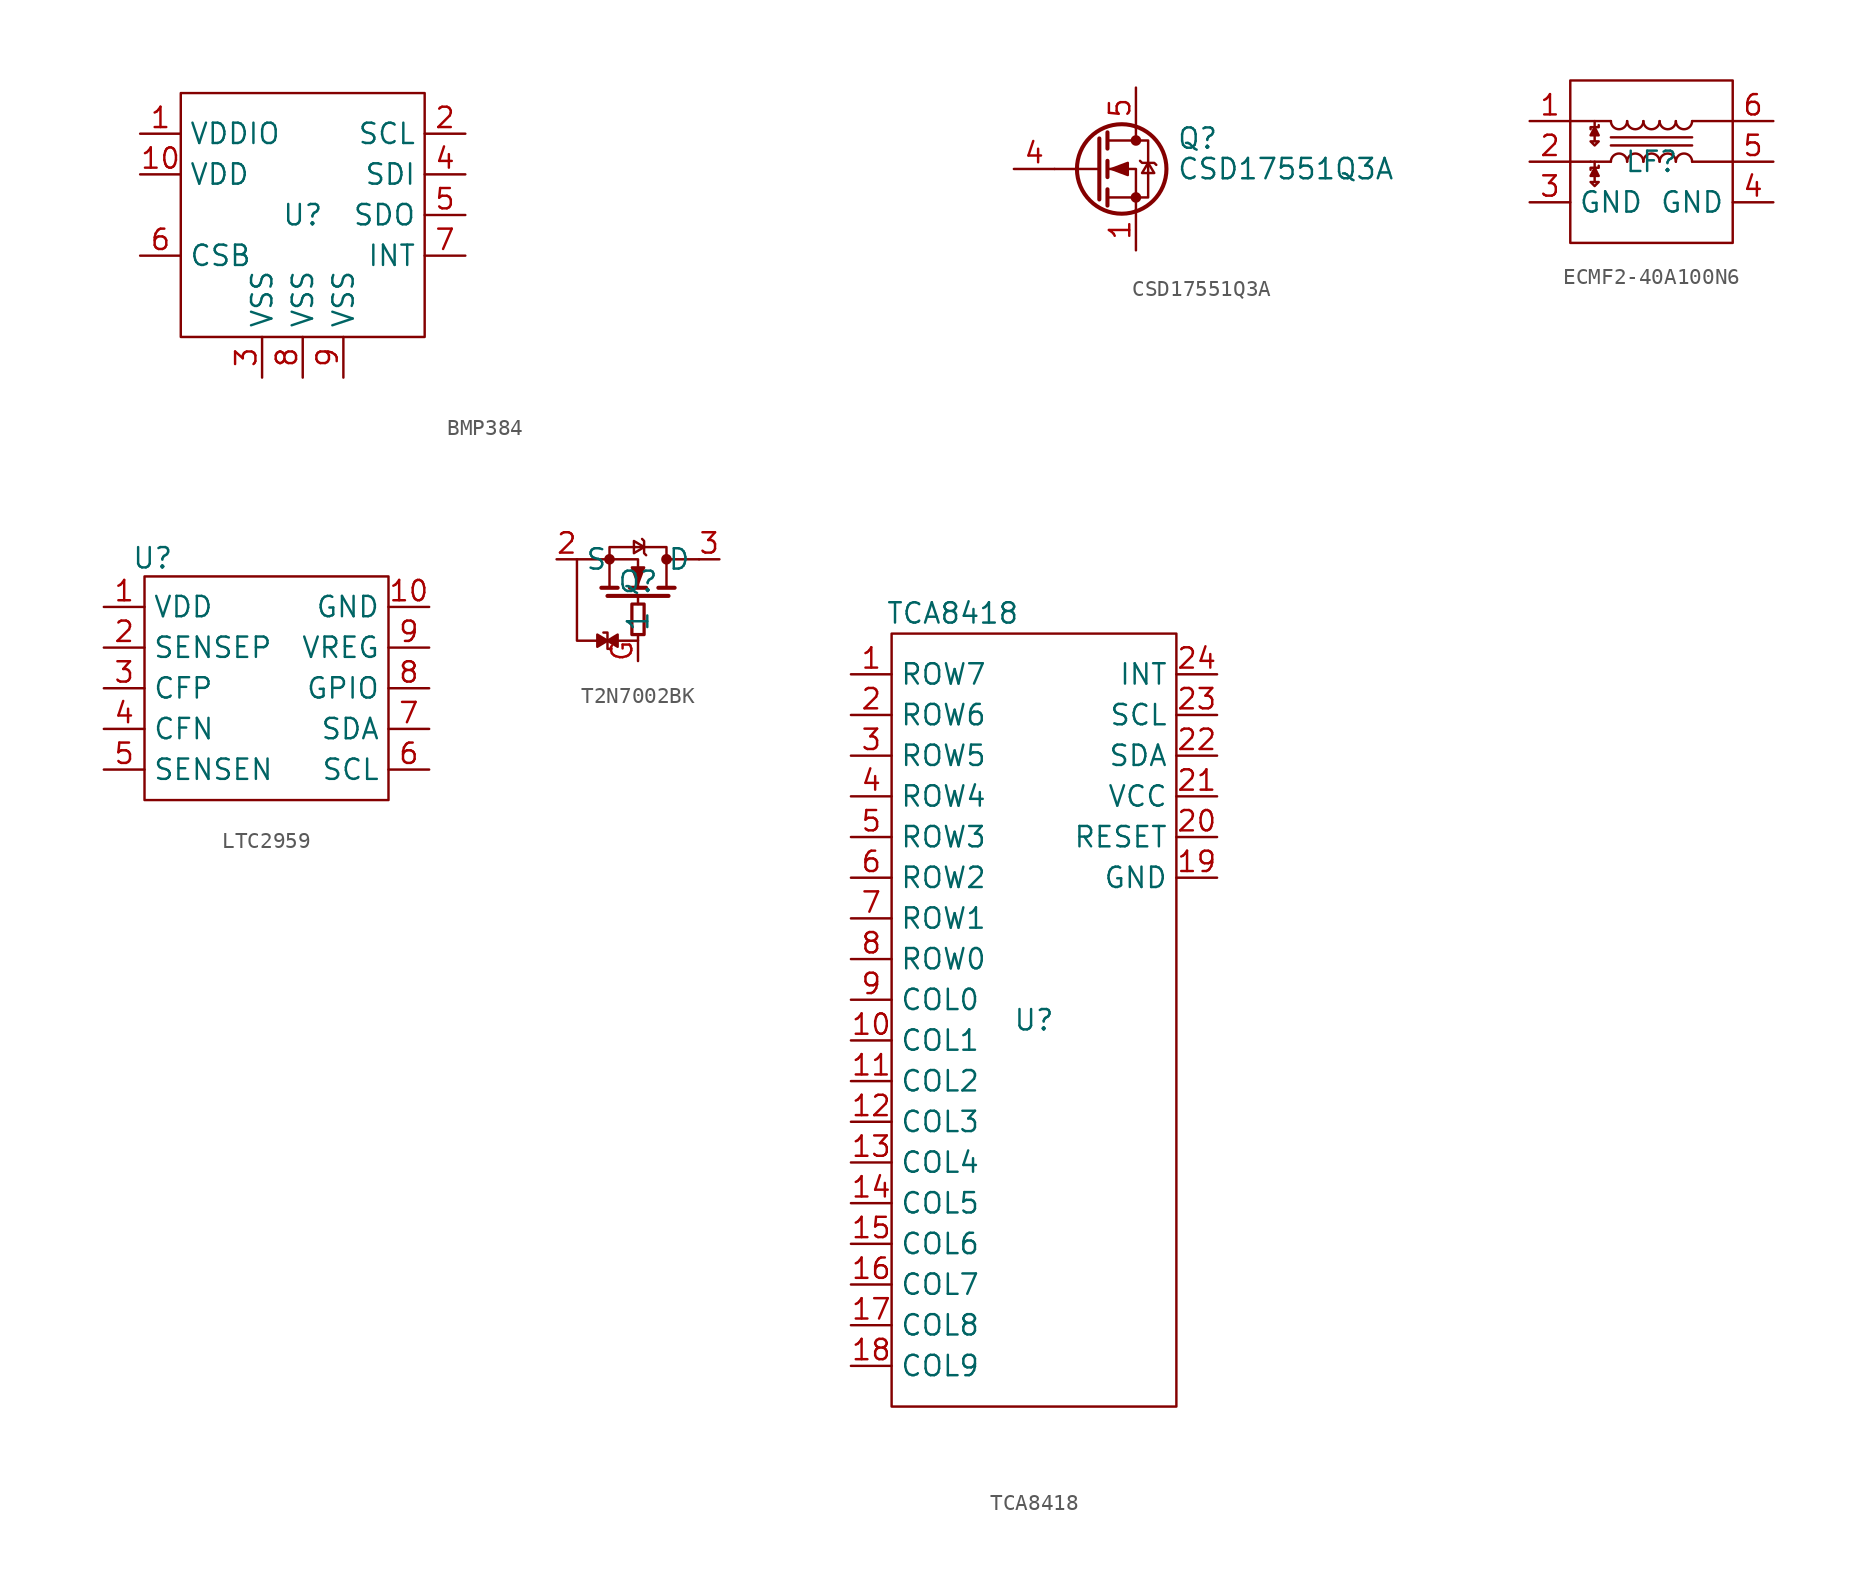
<source format=kicad_sym>
(kicad_symbol_lib
  (version 20231120)
  (generator "kicad_symbol_editor")
  (generator_version "8.0")
  (symbol "BMP384"
    (property "Reference" "U"
      (at 0 0 0)
      (effects (font (size 1.27 1.27))))
    (property "Value" ""
      (at 33.02 -3.81 0)
      (effects (font (size 1.27 1.27))))
    (symbol "BMP384_0_1"
      (rectangle (start -7.62 7.62) (end 7.62 -7.62) (stroke (width 0) (type default)) (fill (type none))))
    (symbol "BMP384_1_1"
      (pin input line (at -10.16 5.08 0) (length 2.54) (name "VDDIO" (effects (font (size 1.27 1.27)))) (number "1" (effects (font (size 1.27 1.27)))))
      (pin input line (at -10.16 2.54 0) (length 2.54) (name "VDD" (effects (font (size 1.27 1.27)))) (number "10" (effects (font (size 1.27 1.27)))))
      (pin input line (at 10.16 5.08 180) (length 2.54) (name "SCL" (effects (font (size 1.27 1.27)))) (number "2" (effects (font (size 1.27 1.27)))))
      (pin output line (at -2.54 -10.16 90) (length 2.54) (name "VSS" (effects (font (size 1.27 1.27)))) (number "3" (effects (font (size 1.27 1.27)))))
      (pin input line (at 10.16 2.54 180) (length 2.54) (name "SDI" (effects (font (size 1.27 1.27)))) (number "4" (effects (font (size 1.27 1.27)))))
      (pin output line (at 10.16 0 180) (length 2.54) (name "SDO" (effects (font (size 1.27 1.27)))) (number "5" (effects (font (size 1.27 1.27)))))
      (pin unspecified line (at -10.16 -2.54 0) (length 2.54) (name "CSB" (effects (font (size 1.27 1.27)))) (number "6" (effects (font (size 1.27 1.27)))))
      (pin output line (at 10.16 -2.54 180) (length 2.54) (name "INT" (effects (font (size 1.27 1.27)))) (number "7" (effects (font (size 1.27 1.27)))))
      (pin output line (at 0 -10.16 90) (length 2.54) (name "VSS" (effects (font (size 1.27 1.27)))) (number "8" (effects (font (size 1.27 1.27)))))
      (pin output line (at 2.54 -10.16 90) (length 2.54) (name "VSS" (effects (font (size 1.27 1.27)))) (number "9" (effects (font (size 1.27 1.27)))))))
  (symbol "CSD17551Q3A"
    (pin_names hide)
    (property "Reference" "Q"
      (at 5.08 1.905 0)
      (effects (font (size 1.27 1.27)) (justify left)))
    (property "Value" "CSD17551Q3A"
      (at 5.08 0 0)
      (effects (font (size 1.27 1.27)) (justify left)))
    (symbol "CSD17551Q3A_0_1"
      (polyline (pts (xy 0.254 0) (xy -2.54 0)) (stroke (width 0) (type default)) (fill (type none)))
      (polyline (pts (xy 0.254 1.905) (xy 0.254 -1.905)) (stroke (width 0.254) (type default)) (fill (type none)))
      (polyline (pts (xy 0.762 -1.27) (xy 0.762 -2.286)) (stroke (width 0.254) (type default)) (fill (type none)))
      (polyline (pts (xy 0.762 0.508) (xy 0.762 -0.508)) (stroke (width 0.254) (type default)) (fill (type none)))
      (polyline (pts (xy 0.762 2.286) (xy 0.762 1.27)) (stroke (width 0.254) (type default)) (fill (type none)))
      (polyline (pts (xy 2.54 2.54) (xy 2.54 1.778)) (stroke (width 0) (type default)) (fill (type none)))
      (polyline (pts (xy 2.54 -2.54) (xy 2.54 0) (xy 0.762 0)) (stroke (width 0) (type default)) (fill (type none)))
      (polyline (pts (xy 0.762 -1.778) (xy 3.302 -1.778) (xy 3.302 1.778) (xy 0.762 1.778)) (stroke (width 0) (type default)) (fill (type none)))
      (polyline (pts (xy 1.016 0) (xy 2.032 0.381) (xy 2.032 -0.381) (xy 1.016 0)) (stroke (width 0) (type default)) (fill (type outline)))
      (polyline (pts (xy 2.794 0.508) (xy 2.921 0.381) (xy 3.683 0.381) (xy 3.81 0.254)) (stroke (width 0) (type default)) (fill (type none)))
      (polyline (pts (xy 3.302 0.381) (xy 2.921 -0.254) (xy 3.683 -0.254) (xy 3.302 0.381)) (stroke (width 0) (type default)) (fill (type none)))
      (circle (center 1.651 0) (radius 2.794) (stroke (width 0.254) (type default)) (fill (type none)))
      (circle (center 2.54 -1.778) (radius 0.254) (stroke (width 0) (type default)) (fill (type outline)))
      (circle (center 2.54 1.778) (radius 0.254) (stroke (width 0) (type default)) (fill (type outline))))
    (symbol "CSD17551Q3A_1_1"
      (pin passive line (at 2.54 -5.08 90) (length 2.54) (name "S" (effects (font (size 1.27 1.27)))) (number "1" (effects (font (size 1.27 1.27)))))
      (pin passive line (at 2.54 -5.08 90) (length 2.54) hide (name "S" (effects (font (size 1.27 1.27)))) (number "2" (effects (font (size 1.27 1.27)))))
      (pin passive line (at 2.54 -5.08 90) (length 2.54) hide (name "S" (effects (font (size 1.27 1.27)))) (number "3" (effects (font (size 1.27 1.27)))))
      (pin passive line (at -5.08 0 0) (length 2.54) (name "G" (effects (font (size 1.27 1.27)))) (number "4" (effects (font (size 1.27 1.27)))))
      (pin passive line (at 2.54 5.08 270) (length 2.54) (name "D" (effects (font (size 1.27 1.27)))) (number "5" (effects (font (size 1.27 1.27)))))))
  (symbol "ECMF2-40A100N6"
    (property "Reference" "LF"
      (at 0 0 0)
      (effects (font (size 1.27 1.27))))
    (property "Value" ""
      (at 0.635 -4.951 0)
      (effects (font (size 1.27 1.27))))
    (symbol "ECMF2-40A100N6_0_1"
      (arc (start -2.54 2.5378) (mid -2.032 2.032) (end -1.524 2.5378) (stroke (width 0) (type default)) (fill (type none)))
      (arc (start -1.524 0.0022) (mid -2.032 0.508) (end -2.54 0.0022) (stroke (width 0) (type default)) (fill (type none)))
      (arc (start -1.524 2.5378) (mid -1.016 2.032) (end -0.508 2.5378) (stroke (width 0) (type default)) (fill (type none)))
      (arc (start -0.508 0.0022) (mid -1.016 0.508) (end -1.524 0.0022) (stroke (width 0) (type default)) (fill (type none)))
      (arc (start -0.508 2.5378) (mid 0 2.032) (end 0.508 2.5378) (stroke (width 0) (type default)) (fill (type none)))
      (polyline (pts (xy -5.08 2.54) (xy -2.54 2.54)) (stroke (width 0) (type default)) (fill (type none)))
      (polyline (pts (xy -2.54 1.524) (xy 2.54 1.524)) (stroke (width 0) (type default)) (fill (type none)))
      (polyline (pts (xy 2.54 1.016) (xy -2.54 1.016)) (stroke (width 0) (type default)) (fill (type none)))
      (polyline (pts (xy -3.302 -0.254) (xy -3.302 -0.381) (xy -3.81 -0.381) (xy -3.81 -0.508)) (stroke (width 0) (type default)) (fill (type none)))
      (polyline (pts (xy -3.302 2.286) (xy -3.302 2.159) (xy -3.81 2.159) (xy -3.81 2.032)) (stroke (width 0) (type default)) (fill (type none)))
      (polyline (pts (xy -3.556 -0.889) (xy -3.556 -1.27) (xy -3.302 -1.27) (xy -3.556 -1.524) (xy -3.81 -1.27) (xy -3.556 -1.27)) (stroke (width 0) (type default)) (fill (type none)))
      (polyline (pts (xy -3.556 1.651) (xy -3.556 1.27) (xy -3.302 1.27) (xy -3.556 1.016) (xy -3.81 1.27) (xy -3.556 1.27)) (stroke (width 0) (type default)) (fill (type none)))
      (arc (start 0.508 0.0022) (mid 0 0.508) (end -0.508 0.0022) (stroke (width 0) (type default)) (fill (type none)))
      (arc (start 0.508 2.5378) (mid 1.016 2.032) (end 1.524 2.5378) (stroke (width 0) (type default)) (fill (type none)))
      (arc (start 1.524 0.0022) (mid 1.016 0.508) (end 0.508 0.0022) (stroke (width 0) (type default)) (fill (type none)))
      (arc (start 1.524 2.5378) (mid 2.032 2.032) (end 2.54 2.5378) (stroke (width 0) (type default)) (fill (type none)))
      (arc (start 2.54 0.0022) (mid 2.032 0.508) (end 1.524 0.0022) (stroke (width 0) (type default)) (fill (type none))))
    (symbol "ECMF2-40A100N6_1_1"
      (rectangle (start -5.08 5.08) (end 5.08 -5.08) (stroke (width 0) (type default)) (fill (type none)))
      (polyline (pts (xy -5.08 0) (xy -2.54 0)) (stroke (width 0) (type default)) (fill (type none)))
      (polyline (pts (xy -3.81 0) (xy -3.81 0)) (stroke (width 0) (type default)) (fill (type none)))
      (polyline (pts (xy -3.556 -0.381) (xy -3.556 0)) (stroke (width 0) (type default)) (fill (type none)))
      (polyline (pts (xy -3.556 2.159) (xy -3.556 2.54)) (stroke (width 0) (type default)) (fill (type none)))
      (polyline (pts (xy 2.54 0) (xy 5.08 0)) (stroke (width 0) (type default)) (fill (type none)))
      (polyline (pts (xy 2.54 2.54) (xy 5.08 2.54)) (stroke (width 0) (type default)) (fill (type none)))
      (polyline (pts (xy -3.81 -0.889) (xy -3.556 -0.381) (xy -3.302 -0.889) (xy -3.81 -0.889)) (stroke (width 0) (type default)) (fill (type outline)))
      (polyline (pts (xy -3.81 1.651) (xy -3.556 2.159) (xy -3.302 1.651) (xy -3.81 1.651)) (stroke (width 0) (type default)) (fill (type outline)))
      (pin passive line (at -7.62 2.54 0) (length 2.54) (name "" (effects (font (size 1.27 1.27)))) (number "1" (effects (font (size 1.27 1.27)))))
      (pin passive line (at -7.62 0 0) (length 2.54) (name "" (effects (font (size 1.27 1.27)))) (number "2" (effects (font (size 1.27 1.27)))))
      (pin passive line (at -7.62 -2.54 0) (length 2.54) (name "GND" (effects (font (size 1.27 1.27)))) (number "3" (effects (font (size 1.27 1.27)))))
      (pin passive line (at 7.62 -2.54 180) (length 2.54) (name "GND" (effects (font (size 1.27 1.27)))) (number "4" (effects (font (size 1.27 1.27)))))
      (pin passive line (at 7.62 0 180) (length 2.54) (name "" (effects (font (size 1.27 1.27)))) (number "5" (effects (font (size 1.27 1.27)))))
      (pin passive line (at 7.62 2.54 180) (length 2.54) (name "" (effects (font (size 1.27 1.27)))) (number "6" (effects (font (size 1.27 1.27)))))))
  (symbol "LTC2959"
    (property "Reference" "U"
      (at -7.112 8.128 0)
      (effects (font (size 1.27 1.27))))
    (property "Value" ""
      (at -3.81 0 0)
      (effects (font (size 1.27 1.27))))
    (symbol "LTC2959_0_1"
      (rectangle (start -7.62 6.985) (end 7.62 -6.985) (stroke (width 0) (type default)) (fill (type none))))
    (symbol "LTC2959_1_1"
      (pin input line (at -10.16 5.08 0) (length 2.54) (name "VDD" (effects (font (size 1.27 1.27)))) (number "1" (effects (font (size 1.27 1.27)))))
      (pin input line (at 10.16 5.08 180) (length 2.54) (name "GND" (effects (font (size 1.27 1.27)))) (number "10" (effects (font (size 1.27 1.27)))))
      (pin input line (at -10.16 2.54 0) (length 2.54) (name "SENSEP" (effects (font (size 1.27 1.27)))) (number "2" (effects (font (size 1.27 1.27)))))
      (pin input line (at -10.16 0 0) (length 2.54) (name "CFP" (effects (font (size 1.27 1.27)))) (number "3" (effects (font (size 1.27 1.27)))))
      (pin input line (at -10.16 -2.54 0) (length 2.54) (name "CFN" (effects (font (size 1.27 1.27)))) (number "4" (effects (font (size 1.27 1.27)))))
      (pin input line (at -10.16 -5.08 0) (length 2.54) (name "SENSEN" (effects (font (size 1.27 1.27)))) (number "5" (effects (font (size 1.27 1.27)))))
      (pin input line (at 10.16 -5.08 180) (length 2.54) (name "SCL" (effects (font (size 1.27 1.27)))) (number "6" (effects (font (size 1.27 1.27)))))
      (pin input line (at 10.16 -2.54 180) (length 2.54) (name "SDA" (effects (font (size 1.27 1.27)))) (number "7" (effects (font (size 1.27 1.27)))))
      (pin input line (at 10.16 0 180) (length 2.54) (name "GPIO" (effects (font (size 1.27 1.27)))) (number "8" (effects (font (size 1.27 1.27)))))
      (pin input line (at 10.16 2.54 180) (length 2.54) (name "VREG" (effects (font (size 1.27 1.27)))) (number "9" (effects (font (size 1.27 1.27)))))))
  (symbol "T2N7002BK"
    (property "Reference" "Q"
      (at 0 -0.127 0)
      (effects (font (size 1.27 1.27))))
    (property "Value" ""
      (at -0.762 0.508 90)
      (effects (font (size 1.27 1.27))))
    (symbol "T2N7002BK_0_1"
      (circle (center -1.778 1.27) (radius 0.254) (stroke (width 0) (type default)) (fill (type outline)))
      (rectangle (start -0.381 -1.524) (end 0.381 -3.429) (stroke (width 0.203) (type default)) (fill (type none)))
      (polyline (pts (xy -1.27 -0.508) (xy -2.286 -0.508)) (stroke (width 0.254) (type default)) (fill (type none)))
      (polyline (pts (xy 0 -1.524) (xy 0 -1.016)) (stroke (width 0) (type default)) (fill (type none)))
      (polyline (pts (xy 0.508 -0.508) (xy -0.508 -0.508)) (stroke (width 0.254) (type default)) (fill (type none)))
      (polyline (pts (xy 1.905 -1.016) (xy -1.905 -1.016)) (stroke (width 0.254) (type default)) (fill (type none)))
      (polyline (pts (xy 2.286 -0.508) (xy 1.27 -0.508)) (stroke (width 0.254) (type default)) (fill (type none)))
      (polyline (pts (xy -1.778 1.27) (xy 0 1.27) (xy 0 -0.508)) (stroke (width 0) (type default)) (fill (type none)))
      (polyline (pts (xy -1.778 -0.508) (xy -1.778 2.032) (xy 1.778 2.032) (xy 1.778 -0.508)) (stroke (width 0) (type default)) (fill (type none)))
      (polyline (pts (xy 0 -0.254) (xy 0.381 0.762) (xy -0.381 0.762) (xy 0 -0.254)) (stroke (width 0) (type default)) (fill (type outline)))
      (polyline (pts (xy 0.381 2.032) (xy -0.254 1.651) (xy -0.254 2.413) (xy 0.381 2.032)) (stroke (width 0) (type default)) (fill (type none)))
      (polyline (pts (xy 0.508 1.524) (xy 0.381 1.651) (xy 0.381 2.413) (xy 0.254 2.54)) (stroke (width 0) (type default)) (fill (type none)))
      (circle (center 1.778 1.27) (radius 0.254) (stroke (width 0) (type default)) (fill (type outline))))
    (symbol "T2N7002BK_1_1"
      (polyline (pts (xy 3.81 1.27) (xy 1.905 1.27)) (stroke (width 0) (type default)) (fill (type none)))
      (polyline (pts (xy 0 -3.429) (xy 0 -3.81) (xy -1.27 -3.81)) (stroke (width 0) (type default)) (fill (type none)))
      (polyline (pts (xy -2.54 -4.191) (xy -2.54 -3.429) (xy -1.905 -3.81) (xy -2.54 -4.191)) (stroke (width 0) (type default)) (fill (type outline)))
      (polyline (pts (xy -1.778 1.27) (xy -3.81 1.27) (xy -3.81 -3.81) (xy -2.54 -3.81)) (stroke (width 0) (type default)) (fill (type none)))
      (polyline (pts (xy -1.651 -4.318) (xy -1.905 -4.318) (xy -1.905 -3.302) (xy -2.159 -3.302)) (stroke (width 0) (type default)) (fill (type none)))
      (polyline (pts (xy -1.27 -3.429) (xy -1.27 -4.191) (xy -1.905 -3.81) (xy -1.27 -3.429)) (stroke (width 0) (type default)) (fill (type outline)))
      (pin input line (at -5.08 1.27 0) (length 1.27) (name "S" (effects (font (size 1.27 1.27)))) (number "2" (effects (font (size 1.27 1.27)))))
      (pin input line (at 5.08 1.27 180) (length 1.27) (name "D" (effects (font (size 1.27 1.27)))) (number "3" (effects (font (size 1.27 1.27)))))
      (pin input line (at 0 -5.08 90) (length 1.27) (name "1" (effects (font (size 1.27 1.27)))) (number "G" (effects (font (size 1.27 1.27)))))))
  (symbol "TCA8418"
    (property "Reference" "U"
      (at 0 0 0)
      (effects (font (size 1.27 1.27))))
    (property "Value" "TCA8418"
      (at -5.08 25.4 0)
      (effects (font (size 1.27 1.27))))
    (symbol "TCA8418_0_1"
      (rectangle (start -8.89 24.13) (end 8.89 -24.13) (stroke (width 0) (type default)) (fill (type none))))
    (symbol "TCA8418_1_1"
      (pin input line (at -11.43 21.59 0) (length 2.54) (name "ROW7" (effects (font (size 1.27 1.27)))) (number "1" (effects (font (size 1.27 1.27)))))
      (pin input line (at -11.43 -1.27 0) (length 2.54) (name "COL1" (effects (font (size 1.27 1.27)))) (number "10" (effects (font (size 1.27 1.27)))))
      (pin input line (at -11.43 -3.81 0) (length 2.54) (name "COL2" (effects (font (size 1.27 1.27)))) (number "11" (effects (font (size 1.27 1.27)))))
      (pin input line (at -11.43 -6.35 0) (length 2.54) (name "COL3" (effects (font (size 1.27 1.27)))) (number "12" (effects (font (size 1.27 1.27)))))
      (pin input line (at -11.43 -8.89 0) (length 2.54) (name "COL4" (effects (font (size 1.27 1.27)))) (number "13" (effects (font (size 1.27 1.27)))))
      (pin input line (at -11.43 -11.43 0) (length 2.54) (name "COL5" (effects (font (size 1.27 1.27)))) (number "14" (effects (font (size 1.27 1.27)))))
      (pin input line (at -11.43 -13.97 0) (length 2.54) (name "COL6" (effects (font (size 1.27 1.27)))) (number "15" (effects (font (size 1.27 1.27)))))
      (pin input line (at -11.43 -16.51 0) (length 2.54) (name "COL7" (effects (font (size 1.27 1.27)))) (number "16" (effects (font (size 1.27 1.27)))))
      (pin input line (at -11.43 -19.05 0) (length 2.54) (name "COL8" (effects (font (size 1.27 1.27)))) (number "17" (effects (font (size 1.27 1.27)))))
      (pin input line (at -11.43 -21.59 0) (length 2.54) (name "COL9" (effects (font (size 1.27 1.27)))) (number "18" (effects (font (size 1.27 1.27)))))
      (pin input line (at 11.43 8.89 180) (length 2.54) (name "GND" (effects (font (size 1.27 1.27)))) (number "19" (effects (font (size 1.27 1.27)))))
      (pin input line (at -11.43 19.05 0) (length 2.54) (name "ROW6" (effects (font (size 1.27 1.27)))) (number "2" (effects (font (size 1.27 1.27)))))
      (pin input line (at 11.43 11.43 180) (length 2.54) (name "RESET" (effects (font (size 1.27 1.27)))) (number "20" (effects (font (size 1.27 1.27)))))
      (pin input line (at 11.43 13.97 180) (length 2.54) (name "VCC" (effects (font (size 1.27 1.27)))) (number "21" (effects (font (size 1.27 1.27)))))
      (pin input line (at 11.43 16.51 180) (length 2.54) (name "SDA" (effects (font (size 1.27 1.27)))) (number "22" (effects (font (size 1.27 1.27)))))
      (pin input line (at 11.43 19.05 180) (length 2.54) (name "SCL" (effects (font (size 1.27 1.27)))) (number "23" (effects (font (size 1.27 1.27)))))
      (pin input line (at 11.43 21.59 180) (length 2.54) (name "INT" (effects (font (size 1.27 1.27)))) (number "24" (effects (font (size 1.27 1.27)))))
      (pin input line (at -11.43 16.51 0) (length 2.54) (name "ROW5" (effects (font (size 1.27 1.27)))) (number "3" (effects (font (size 1.27 1.27)))))
      (pin input line (at -11.43 13.97 0) (length 2.54) (name "ROW4" (effects (font (size 1.27 1.27)))) (number "4" (effects (font (size 1.27 1.27)))))
      (pin input line (at -11.43 11.43 0) (length 2.54) (name "ROW3" (effects (font (size 1.27 1.27)))) (number "5" (effects (font (size 1.27 1.27)))))
      (pin input line (at -11.43 8.89 0) (length 2.54) (name "ROW2" (effects (font (size 1.27 1.27)))) (number "6" (effects (font (size 1.27 1.27)))))
      (pin input line (at -11.43 6.35 0) (length 2.54) (name "ROW1" (effects (font (size 1.27 1.27)))) (number "7" (effects (font (size 1.27 1.27)))))
      (pin input line (at -11.43 3.81 0) (length 2.54) (name "ROW0" (effects (font (size 1.27 1.27)))) (number "8" (effects (font (size 1.27 1.27)))))
      (pin input line (at -11.43 1.27 0) (length 2.54) (name "COL0" (effects (font (size 1.27 1.27)))) (number "9" (effects (font (size 1.27 1.27))))))))
</source>
